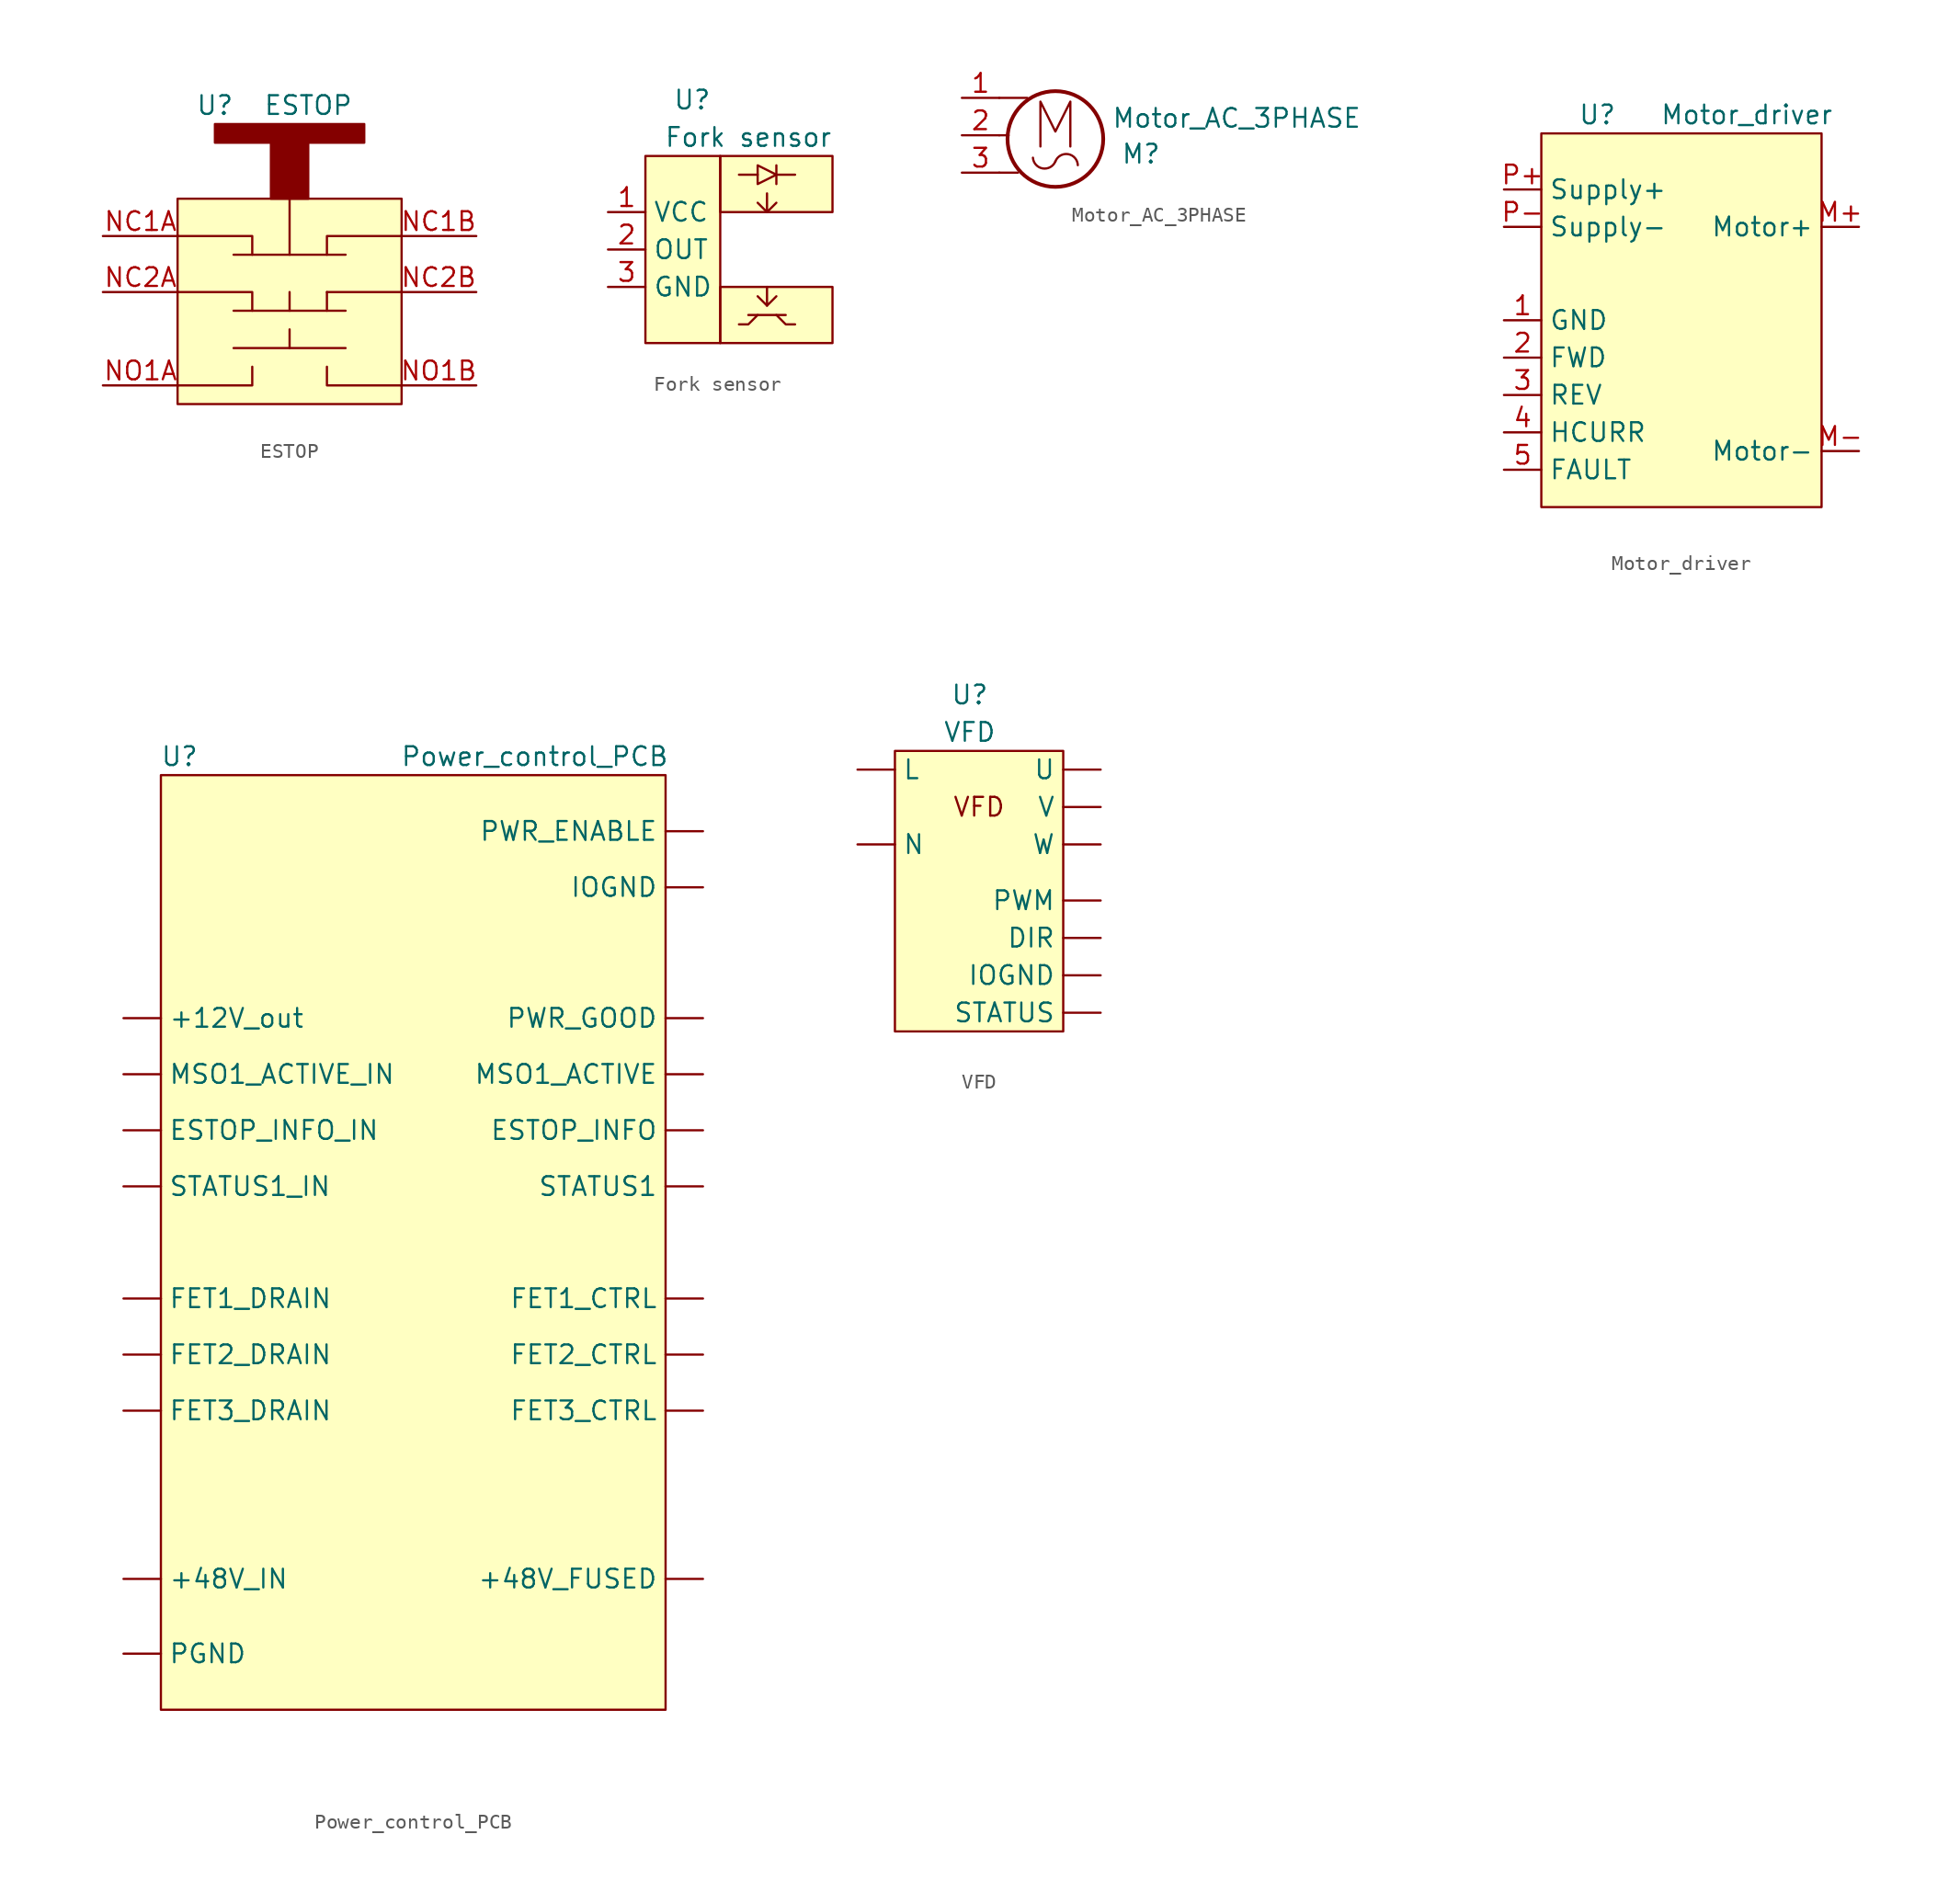
<source format=kicad_sym>
(kicad_symbol_lib
  (version 20211014)
  (generator kicad_symbol_editor)
  (symbol "ESTOP"
    (property "Reference" "U"
      (at -5.08 6.35 0)
      (effects (font (size 1.27 1.27))))
    (property "Value" "ESTOP"
      (at 1.27 6.35 0)
      (effects (font (size 1.27 1.27))))
    (symbol "ESTOP_0_0"
      (rectangle (start -7.62 0) (end 7.62 -13.97) (stroke (width 0.152) (type default) (color 0 0 0 0)) (fill (type background)))
      (rectangle (start -5.08 5.08) (end 5.08 3.81) (stroke (width 0.152) (type default) (color 0 0 0 0)) (fill (type outline)))
      (rectangle (start -1.27 3.81) (end 1.27 0) (stroke (width 0.152) (type default) (color 0 0 0 0)) (fill (type outline)))
      (polyline (pts (xy -3.81 -10.16) (xy 3.81 -10.16)) (stroke (width 0.152) (type default) (color 0 0 0 0)) (fill (type none)))
      (polyline (pts (xy -3.81 -3.81) (xy 3.81 -3.81)) (stroke (width 0.152) (type default) (color 0 0 0 0)) (fill (type none)))
      (polyline (pts (xy 0 -10.16) (xy 0 -8.89)) (stroke (width 0.152) (type default) (color 0 0 0 0)) (fill (type none)))
      (polyline (pts (xy 0 -7.62) (xy 0 -6.35)) (stroke (width 0.152) (type default) (color 0 0 0 0)) (fill (type none)))
      (polyline (pts (xy 0 -3.81) (xy 0 0)) (stroke (width 0.152) (type default) (color 0 0 0 0)) (fill (type none)))
      (polyline (pts (xy 2.54 -6.35) (xy 2.54 -7.62)) (stroke (width 0.152) (type default) (color 0 0 0 0)) (fill (type none)))
      (polyline (pts (xy 2.54 -6.35) (xy 7.62 -6.35)) (stroke (width 0.152) (type default) (color 0 0 0 0)) (fill (type none)))
      (polyline (pts (xy 3.81 -7.62) (xy -3.81 -7.62)) (stroke (width 0.152) (type default) (color 0 0 0 0)) (fill (type none)))
      (polyline (pts (xy -7.62 -12.7) (xy -2.54 -12.7) (xy -2.54 -11.43)) (stroke (width 0.152) (type default) (color 0 0 0 0)) (fill (type none)))
      (polyline (pts (xy -7.62 -6.35) (xy -2.54 -6.35) (xy -2.54 -7.62)) (stroke (width 0.152) (type default) (color 0 0 0 0)) (fill (type none)))
      (polyline (pts (xy -7.62 -2.54) (xy -2.54 -2.54) (xy -2.54 -3.81)) (stroke (width 0.152) (type default) (color 0 0 0 0)) (fill (type none)))
      (polyline (pts (xy 2.54 -11.43) (xy 2.54 -12.7) (xy 7.62 -12.7)) (stroke (width 0.152) (type default) (color 0 0 0 0)) (fill (type none)))
      (polyline (pts (xy 7.62 -2.54) (xy 2.54 -2.54) (xy 2.54 -3.81)) (stroke (width 0.152) (type default) (color 0 0 0 0)) (fill (type none)))
      (pin unspecified line (at -12.7 -2.54 0) (length 5.12) (name "" (effects (font (size 1.27 1.27)))) (number "NC1A" (effects (font (size 1.27 1.27)))))
      (pin unspecified line (at 12.7 -2.54 180) (length 5.12) (name "" (effects (font (size 1.27 1.27)))) (number "NC1B" (effects (font (size 1.27 1.27)))))
      (pin unspecified line (at -12.7 -6.35 0) (length 5.12) (name "" (effects (font (size 1.27 1.27)))) (number "NC2A" (effects (font (size 1.27 1.27)))))
      (pin unspecified line (at 12.7 -6.35 180) (length 5.12) (name "" (effects (font (size 1.27 1.27)))) (number "NC2B" (effects (font (size 1.27 1.27)))))
      (pin unspecified line (at -12.7 -12.7 0) (length 5.12) (name "" (effects (font (size 1.27 1.27)))) (number "NO1A" (effects (font (size 1.27 1.27)))))
      (pin unspecified line (at 12.7 -12.7 180) (length 5.12) (name "" (effects (font (size 1.27 1.27)))) (number "NO1B" (effects (font (size 1.27 1.27)))))))
  (symbol "Fork sensor"
    (property "Reference" "U"
      (at -4.445 10.16 0)
      (effects (font (size 1.27 1.27))))
    (property "Value" "Fork sensor"
      (at -0.635 7.62 0)
      (effects (font (size 1.27 1.27))))
    (symbol "Fork sensor_0_0"
      (rectangle (start -7.62 6.35) (end -2.54 -6.35) (stroke (width 0.152) (type default) (color 0 0 0 0)) (fill (type background)))
      (rectangle (start -2.54 -6.35) (end 5.08 -2.54) (stroke (width 0.152) (type default) (color 0 0 0 0)) (fill (type background)))
      (rectangle (start -2.54 6.35) (end 5.08 2.54) (stroke (width 0.152) (type default) (color 0 0 0 0)) (fill (type background)))
      (polyline (pts (xy -1.27 5.08) (xy 0 5.08)) (stroke (width 0.152) (type default) (color 0 0 0 0)) (fill (type none)))
      (polyline (pts (xy -0.635 -4.445) (xy 1.905 -4.445)) (stroke (width 0.152) (type default) (color 0 0 0 0)) (fill (type none)))
      (polyline (pts (xy 0.635 -3.81) (xy 0 -3.175)) (stroke (width 0.152) (type default) (color 0 0 0 0)) (fill (type none)))
      (polyline (pts (xy 0.635 2.54) (xy 0 3.175)) (stroke (width 0.152) (type default) (color 0 0 0 0)) (fill (type none)))
      (polyline (pts (xy 1.27 4.445) (xy 1.27 5.715)) (stroke (width 0.152) (type default) (color 0 0 0 0)) (fill (type none)))
      (polyline (pts (xy 1.27 5.08) (xy 2.54 5.08)) (stroke (width 0.152) (type default) (color 0 0 0 0)) (fill (type none)))
      (polyline (pts (xy 0 -4.445) (xy -0.635 -5.08) (xy -1.27 -5.08)) (stroke (width 0.152) (type default) (color 0 0 0 0)) (fill (type none)))
      (polyline (pts (xy 0.635 -2.54) (xy 0.635 -3.81) (xy 1.27 -3.175)) (stroke (width 0.152) (type default) (color 0 0 0 0)) (fill (type none)))
      (polyline (pts (xy 0.635 3.81) (xy 0.635 2.54) (xy 1.27 3.175)) (stroke (width 0.152) (type default) (color 0 0 0 0)) (fill (type none)))
      (polyline (pts (xy 2.54 -5.08) (xy 1.905 -5.08) (xy 1.27 -4.445)) (stroke (width 0.152) (type default) (color 0 0 0 0)) (fill (type none)))
      (polyline (pts (xy 0 4.445) (xy 0 5.715) (xy 1.27 5.08) (xy 0 4.445)) (stroke (width 0.152) (type default) (color 0 0 0 0)) (fill (type none)))
      (pin passive line (at -10.16 0 0) (length 2.54) (name "OUT" (effects (font (size 1.27 1.27)))) (number "2" (effects (font (size 1.27 1.27)))))
      (pin passive line (at -10.16 -2.54 0) (length 2.54) (name "GND" (effects (font (size 1.27 1.27)))) (number "3" (effects (font (size 1.27 1.27))))))
    (symbol "Fork sensor_1_1"
      (pin passive line (at -10.16 2.54 0) (length 2.54) (name "VCC" (effects (font (size 1.27 1.27)))) (number "1" (effects (font (size 1.27 1.27)))))))
  (symbol "Motor_AC_3PHASE"
    (pin_names
      (offset 0))
    (property "Reference" "M"
      (at 4.445 -1.27 0)
      (effects (font (size 1.27 1.27)) (justify left)))
    (property "Value" "Motor_AC_3PHASE"
      (at 3.81 1.905 0)
      (effects (font (size 1.27 1.27)) (justify left top)))
    (symbol "Motor_AC_3PHASE_0_0"
      (arc (start -1.524 -1.524) (mid -0.8622 -2.2522) (end 0 -1.778) (stroke (width 0) (type default) (color 0 0 0 0)) (fill (type none)))
      (polyline (pts (xy -3.81 -2.54) (xy -2.54 -2.54)) (stroke (width 0.152) (type default) (color 0 0 0 0)) (fill (type none)))
      (polyline (pts (xy -3.81 0) (xy -3.175 0)) (stroke (width 0.152) (type default) (color 0 0 0 0)) (fill (type none)))
      (polyline (pts (xy -3.81 2.54) (xy -1.905 2.54)) (stroke (width 0.152) (type default) (color 0 0 0 0)) (fill (type none)))
      (polyline (pts (xy -1.016 -0.762) (xy -1.016 2.286) (xy 0 0.254) (xy 1.016 2.286) (xy 1.016 -0.762)) (stroke (width 0) (type default) (color 0 0 0 0)) (fill (type none)))
      (arc (start 1.524 -2.032) (mid 0.8657 -1.2827) (end 0 -1.778) (stroke (width 0) (type default) (color 0 0 0 0)) (fill (type none))))
    (symbol "Motor_AC_3PHASE_0_1"
      (circle (center 0 -0.254) (radius 3.251) (stroke (width 0.254) (type default) (color 0 0 0 0)) (fill (type none))))
    (symbol "Motor_AC_3PHASE_1_1"
      (pin passive line (at -6.35 2.54 0) (length 2.54) (name "~" (effects (font (size 1.27 1.27)))) (number "1" (effects (font (size 1.27 1.27)))))
      (pin passive line (at -6.35 0 0) (length 2.54) (name "~" (effects (font (size 1.27 1.27)))) (number "2" (effects (font (size 1.27 1.27)))))
      (pin passive line (at -6.35 -2.54 0) (length 2.54) (name "~" (effects (font (size 1.27 1.27)))) (number "3" (effects (font (size 1.27 1.27)))))))
  (symbol "Motor_driver"
    (property "Reference" "U"
      (at -5.08 15.24 0)
      (effects (font (size 1.27 1.27))))
    (property "Value" "Motor_driver"
      (at 5.08 15.24 0)
      (effects (font (size 1.27 1.27))))
    (symbol "Motor_driver_0_0"
      (rectangle (start -8.89 -11.43) (end 10.16 13.97) (stroke (width 0.152) (type default) (color 0 0 0 0)) (fill (type background)))
      (pin unspecified line (at -11.43 1.27 0) (length 2.54) (name "GND" (effects (font (size 1.27 1.27)))) (number "1" (effects (font (size 1.27 1.27)))))
      (pin unspecified line (at -11.43 -1.27 0) (length 2.54) (name "FWD" (effects (font (size 1.27 1.27)))) (number "2" (effects (font (size 1.27 1.27)))))
      (pin unspecified line (at -11.43 -3.81 0) (length 2.54) (name "REV" (effects (font (size 1.27 1.27)))) (number "3" (effects (font (size 1.27 1.27)))))
      (pin unspecified line (at -11.43 -6.35 0) (length 2.54) (name "HCURR" (effects (font (size 1.27 1.27)))) (number "4" (effects (font (size 1.27 1.27)))))
      (pin unspecified line (at -11.43 -8.89 0) (length 2.54) (name "FAULT" (effects (font (size 1.27 1.27)))) (number "5" (effects (font (size 1.27 1.27)))))
      (pin unspecified line (at 12.7 7.62 180) (length 2.54) (name "Motor+" (effects (font (size 1.27 1.27)))) (number "M+" (effects (font (size 1.27 1.27)))))
      (pin unspecified line (at 12.7 -7.62 180) (length 2.54) (name "Motor-" (effects (font (size 1.27 1.27)))) (number "M-" (effects (font (size 1.27 1.27)))))
      (pin unspecified line (at -11.43 10.16 0) (length 2.54) (name "Supply+" (effects (font (size 1.27 1.27)))) (number "P+" (effects (font (size 1.27 1.27)))))
      (pin unspecified line (at -11.43 7.62 0) (length 2.54) (name "Supply-" (effects (font (size 1.27 1.27)))) (number "P-" (effects (font (size 1.27 1.27)))))))
  (symbol "Power_control_PCB"
    (property "Reference" "U"
      (at -16.51 46.99 0)
      (effects (font (size 1.27 1.27))))
    (property "Value" "Power_control_PCB"
      (at 7.62 46.99 0)
      (effects (font (size 1.27 1.27))))
    (symbol "Power_control_PCB_0_0"
      (rectangle (start -17.78 45.72) (end 16.51 -17.78) (stroke (width 0.152) (type default) (color 0 0 0 0)) (fill (type background)))
      (pin unspecified line (at -20.32 29.21 0) (length 2.54) (name "+12V_out" (effects (font (size 1.27 1.27)))) (number "" (effects (font (size 1.27 1.27)))))
      (pin unspecified line (at 19.05 -8.89 180) (length 2.54) (name "+48V_FUSED" (effects (font (size 1.27 1.27)))) (number "" (effects (font (size 1.27 1.27)))))
      (pin unspecified line (at -20.32 -8.89 0) (length 2.54) (name "+48V_IN" (effects (font (size 1.27 1.27)))) (number "" (effects (font (size 1.27 1.27)))))
      (pin unspecified line (at 19.05 21.59 180) (length 2.54) (name "ESTOP_INFO" (effects (font (size 1.27 1.27)))) (number "" (effects (font (size 1.27 1.27)))))
      (pin unspecified line (at -20.32 21.59 0) (length 2.54) (name "ESTOP_INFO_IN" (effects (font (size 1.27 1.27)))) (number "" (effects (font (size 1.27 1.27)))))
      (pin unspecified line (at 19.05 10.16 180) (length 2.54) (name "FET1_CTRL" (effects (font (size 1.27 1.27)))) (number "" (effects (font (size 1.27 1.27)))))
      (pin unspecified line (at -20.32 10.16 0) (length 2.54) (name "FET1_DRAIN" (effects (font (size 1.27 1.27)))) (number "" (effects (font (size 1.27 1.27)))))
      (pin unspecified line (at 19.05 6.35 180) (length 2.54) (name "FET2_CTRL" (effects (font (size 1.27 1.27)))) (number "" (effects (font (size 1.27 1.27)))))
      (pin unspecified line (at -20.32 6.35 0) (length 2.54) (name "FET2_DRAIN" (effects (font (size 1.27 1.27)))) (number "" (effects (font (size 1.27 1.27)))))
      (pin unspecified line (at 19.05 2.54 180) (length 2.54) (name "FET3_CTRL" (effects (font (size 1.27 1.27)))) (number "" (effects (font (size 1.27 1.27)))))
      (pin unspecified line (at -20.32 2.54 0) (length 2.54) (name "FET3_DRAIN" (effects (font (size 1.27 1.27)))) (number "" (effects (font (size 1.27 1.27)))))
      (pin unspecified line (at 19.05 38.1 180) (length 2.54) (name "IOGND" (effects (font (size 1.27 1.27)))) (number "" (effects (font (size 1.27 1.27)))))
      (pin unspecified line (at 19.05 25.4 180) (length 2.54) (name "MSO1_ACTIVE" (effects (font (size 1.27 1.27)))) (number "" (effects (font (size 1.27 1.27)))))
      (pin unspecified line (at -20.32 25.4 0) (length 2.54) (name "MSO1_ACTIVE_IN" (effects (font (size 1.27 1.27)))) (number "" (effects (font (size 1.27 1.27)))))
      (pin unspecified line (at -20.32 -13.97 0) (length 2.54) (name "PGND" (effects (font (size 1.27 1.27)))) (number "" (effects (font (size 1.27 1.27)))))
      (pin unspecified line (at 19.05 41.91 180) (length 2.54) (name "PWR_ENABLE" (effects (font (size 1.27 1.27)))) (number "" (effects (font (size 1.27 1.27)))))
      (pin unspecified line (at 19.05 29.21 180) (length 2.54) (name "PWR_GOOD" (effects (font (size 1.27 1.27)))) (number "" (effects (font (size 1.27 1.27)))))
      (pin unspecified line (at 19.05 17.78 180) (length 2.54) (name "STATUS1" (effects (font (size 1.27 1.27)))) (number "" (effects (font (size 1.27 1.27)))))
      (pin unspecified line (at -20.32 17.78 0) (length 2.54) (name "STATUS1_IN" (effects (font (size 1.27 1.27)))) (number "" (effects (font (size 1.27 1.27)))))))
  (symbol "VFD"
    (property "Reference" "U"
      (at 1.27 7.62 0)
      (effects (font (size 1.27 1.27))))
    (property "Value" "VFD"
      (at 1.27 5.08 0)
      (effects (font (size 1.27 1.27))))
    (symbol "VFD_0_0"
      (text "VFD" (at 1.905 0 0) (effects (font (size 1.27 1.27))))
      (pin passive line (at -6.35 2.54 0) (length 2.54) (name "L" (effects (font (size 1.27 1.27)))) (number "" (effects (font (size 1.27 1.27)))))
      (pin passive line (at -6.35 -2.54 0) (length 2.54) (name "N" (effects (font (size 1.27 1.27)))) (number "" (effects (font (size 1.27 1.27)))))
      (pin passive line (at 10.16 2.54 180) (length 2.54) (name "U" (effects (font (size 1.27 1.27)))) (number "" (effects (font (size 1.27 1.27)))))
      (pin passive line (at 10.16 0 180) (length 2.54) (name "V" (effects (font (size 1.27 1.27)))) (number "" (effects (font (size 1.27 1.27)))))
      (pin passive line (at 10.16 -2.54 180) (length 2.54) (name "W" (effects (font (size 1.27 1.27)))) (number "" (effects (font (size 1.27 1.27))))))
    (symbol "VFD_0_1"
      (rectangle (start -3.81 3.81) (end 7.62 -15.24) (stroke (width 0.152) (type default) (color 0 0 0 0)) (fill (type background))))
    (symbol "VFD_1_1"
      (pin passive line (at 10.16 -8.89 180) (length 2.54) (name "DIR" (effects (font (size 1.27 1.27)))) (number "" (effects (font (size 1.27 1.27)))))
      (pin passive line (at 10.16 -11.43 180) (length 2.54) (name "IOGND" (effects (font (size 1.27 1.27)))) (number "" (effects (font (size 1.27 1.27)))))
      (pin passive line (at 10.16 -6.35 180) (length 2.54) (name "PWM" (effects (font (size 1.27 1.27)))) (number "" (effects (font (size 1.27 1.27)))))
      (pin passive line (at 10.16 -13.97 180) (length 2.54) (name "STATUS" (effects (font (size 1.27 1.27)))) (number "" (effects (font (size 1.27 1.27))))))))
</source>
